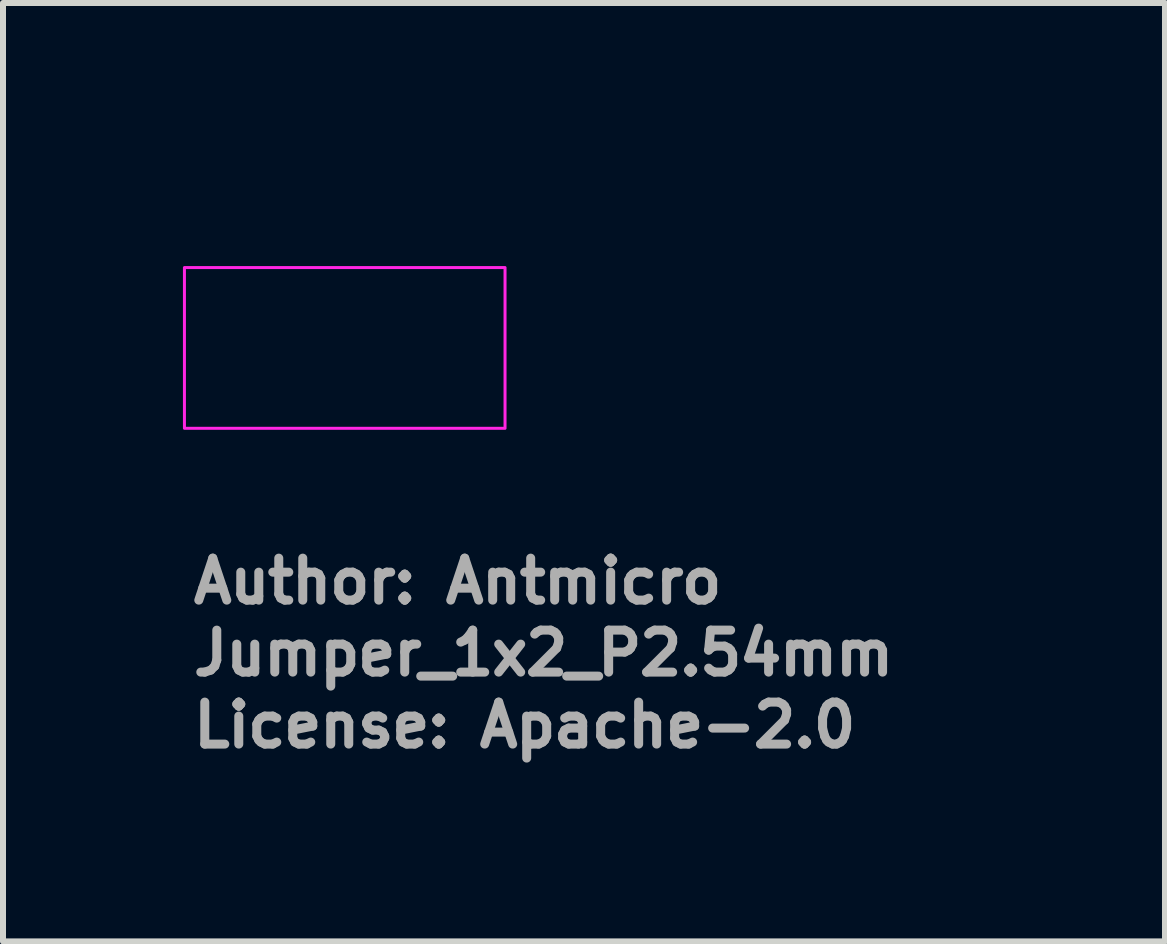
<source format=kicad_pcb>
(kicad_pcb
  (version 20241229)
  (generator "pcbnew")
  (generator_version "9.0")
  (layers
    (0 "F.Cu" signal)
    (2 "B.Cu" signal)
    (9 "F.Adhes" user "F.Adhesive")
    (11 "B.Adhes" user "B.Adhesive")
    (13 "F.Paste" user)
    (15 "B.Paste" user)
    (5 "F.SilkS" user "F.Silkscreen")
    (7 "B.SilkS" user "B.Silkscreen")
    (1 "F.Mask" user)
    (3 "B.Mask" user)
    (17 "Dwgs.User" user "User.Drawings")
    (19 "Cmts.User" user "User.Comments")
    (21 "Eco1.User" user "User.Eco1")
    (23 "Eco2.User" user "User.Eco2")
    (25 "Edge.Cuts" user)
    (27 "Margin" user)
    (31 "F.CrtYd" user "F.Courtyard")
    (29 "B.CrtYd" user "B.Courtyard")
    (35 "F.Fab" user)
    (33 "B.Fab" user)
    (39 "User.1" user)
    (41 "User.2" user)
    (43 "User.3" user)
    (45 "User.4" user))
  (footprint "Jumper_1x2_P2.54mm"
    (layer "F.Cu")
    (at 1.43 2.751)
    (property "Reference" "Jumper_1x2_P2.54mm" (at 0 -1.601 0) (layer "User.1") (effects (font (size 0.7 0.7) (thickness 0.15)) (justify left bottom)))
    (attr through_hole board_only exclude_from_pos_files exclude_from_bom)
    (fp_rect (start -1.405 -1.34) (end 3.94 1.34) (stroke (width 0.05) (type default)) (fill no) (layer "F.CrtYd"))
    (fp_line (start -1.27 -1.27) (end 3.809 -1.27) (stroke (width 0.1) (type solid)) (layer "User.1"))
    (fp_line (start -1.27 1.267) (end -1.27 -1.27) (stroke (width 0.1) (type solid)) (layer "User.1"))
    (fp_line (start -1.27 1.267) (end 3.809 1.267) (stroke (width 0.1) (type solid)) (layer "User.1"))
    (fp_line (start 3.809 1.267) (end 3.809 -1.27) (stroke (width 0.1) (type solid)) (layer "User.1"))
    (fp_rect (start -1.331 -1.2) (end 3.87 1.199) (stroke (width 0.1) (type solid)) (fill no) (layer "User.5"))
    (fp_line (start -1.331 -1.2) (end -1.331 1.199) (stroke (width 0.02) (type solid)) (layer "User.9"))
    (fp_line (start -1.331 1.199) (end 0.569 1.199) (stroke (width 0.02) (type solid)) (layer "User.9"))
    (fp_line (start -0.231 -0.5) (end -0.231 0.499) (stroke (width 0.02) (type solid)) (layer "User.9"))
    (fp_line (start -0.231 0.499) (end 0.569 0.499) (stroke (width 0.02) (type solid)) (layer "User.9"))
    (fp_line (start 0.07 -0.5) (end -0.231 -0.5) (stroke (width 0.02) (type solid)) (layer "User.9"))
    (fp_line (start 0.318 -0.3) (end 0.318 0.299) (stroke (width 0.02) (type solid)) (layer "User.9"))
    (fp_line (start 0.318 0.299) (end 0.344 0.299) (stroke (width 0.02) (type solid)) (layer "User.9"))
    (fp_line (start 0.344 -0.3) (end 0.318 -0.3) (stroke (width 0.02) (type solid)) (layer "User.9"))
    (fp_line (start 0.344 0.299) (end 0.352 0.299) (stroke (width 0.02) (type solid)) (layer "User.9"))
    (fp_line (start 0.352 -0.3) (end 0.344 -0.3) (stroke (width 0.02) (type solid)) (layer "User.9"))
    (fp_line (start 0.352 0.299) (end 0.356 0.299) (stroke (width 0.02) (type solid)) (layer "User.9"))
    (fp_line (start 0.356 -0.3) (end 0.352 -0.3) (stroke (width 0.02) (type solid)) (layer "User.9"))
    (fp_line (start 0.356 0.299) (end 0.36 0.299) (stroke (width 0.02) (type solid)) (layer "User.9"))
    (fp_line (start 0.36 -0.3) (end 0.356 -0.3) (stroke (width 0.02) (type solid)) (layer "User.9"))
    (fp_line (start 0.36 0.299) (end 0.364 0.298) (stroke (width 0.02) (type solid)) (layer "User.9"))
    (fp_line (start 0.364 -0.299) (end 0.36 -0.3) (stroke (width 0.02) (type solid)) (layer "User.9"))
    (fp_line (start 0.364 0.298) (end 0.368 0.297) (stroke (width 0.02) (type solid)) (layer "User.9"))
    (fp_line (start 0.368 -0.298) (end 0.364 -0.299) (stroke (width 0.02) (type solid)) (layer "User.9"))
    (fp_line (start 0.368 0.297) (end 0.372 0.295) (stroke (width 0.02) (type solid)) (layer "User.9"))
    (fp_line (start 0.372 -0.296) (end 0.368 -0.298) (stroke (width 0.02) (type solid)) (layer "User.9"))
    (fp_line (start 0.372 0.295) (end 0.376 0.294) (stroke (width 0.02) (type solid)) (layer "User.9"))
    (fp_line (start 0.376 -0.295) (end 0.372 -0.296) (stroke (width 0.02) (type solid)) (layer "User.9"))
    (fp_line (start 0.376 0.294) (end 0.38 0.292) (stroke (width 0.02) (type solid)) (layer "User.9"))
    (fp_line (start 0.38 0.292) (end 0.384 0.289) (stroke (width 0.02) (type solid)) (layer "User.9"))
    (fp_line (start 0.384 -0.29) (end 0.376 -0.295) (stroke (width 0.02) (type solid)) (layer "User.9"))
    (fp_line (start 0.384 0.289) (end 0.387 0.286) (stroke (width 0.02) (type solid)) (layer "User.9"))
    (fp_line (start 0.387 0.286) (end 0.391 0.283) (stroke (width 0.02) (type solid)) (layer "User.9"))
    (fp_line (start 0.391 -0.284) (end 0.384 -0.29) (stroke (width 0.02) (type solid)) (layer "User.9"))
    (fp_line (start 0.391 0.283) (end 0.395 0.28) (stroke (width 0.02) (type solid)) (layer "User.9"))
    (fp_line (start 0.395 0.28) (end 0.399 0.277) (stroke (width 0.02) (type solid)) (layer "User.9"))
    (fp_line (start 0.399 -0.278) (end 0.391 -0.284) (stroke (width 0.02) (type solid)) (layer "User.9"))
    (fp_line (start 0.399 0.277) (end 0.402 0.273) (stroke (width 0.02) (type solid)) (layer "User.9"))
    (fp_line (start 0.402 0.273) (end 0.406 0.268) (stroke (width 0.02) (type solid)) (layer "User.9"))
    (fp_line (start 0.406 -0.269) (end 0.399 -0.278) (stroke (width 0.02) (type solid)) (layer "User.9"))
    (fp_line (start 0.406 0.268) (end 0.409 0.264) (stroke (width 0.02) (type solid)) (layer "User.9"))
    (fp_line (start 0.409 0.264) (end 0.413 0.259) (stroke (width 0.02) (type solid)) (layer "User.9"))
    (fp_line (start 0.413 -0.26) (end 0.406 -0.269) (stroke (width 0.02) (type solid)) (layer "User.9"))
    (fp_line (start 0.413 0.259) (end 0.416 0.254) (stroke (width 0.02) (type solid)) (layer "User.9"))
    (fp_line (start 0.416 0.254) (end 0.419 0.249) (stroke (width 0.02) (type solid)) (layer "User.9"))
    (fp_line (start 0.419 -0.25) (end 0.413 -0.26) (stroke (width 0.02) (type solid)) (layer "User.9"))
    (fp_line (start 0.419 0.249) (end 0.423 0.244) (stroke (width 0.02) (type solid)) (layer "User.9"))
    (fp_line (start 0.423 0.244) (end 0.426 0.238) (stroke (width 0.02) (type solid)) (layer "User.9"))
    (fp_line (start 0.426 -0.239) (end 0.419 -0.25) (stroke (width 0.02) (type solid)) (layer "User.9"))
    (fp_line (start 0.426 0.238) (end 0.429 0.232) (stroke (width 0.02) (type solid)) (layer "User.9"))
    (fp_line (start 0.429 0.232) (end 0.432 0.225) (stroke (width 0.02) (type solid)) (layer "User.9"))
    (fp_line (start 0.432 -0.226) (end 0.426 -0.239) (stroke (width 0.02) (type solid)) (layer "User.9"))
    (fp_line (start 0.432 0.225) (end 0.435 0.219) (stroke (width 0.02) (type solid)) (layer "User.9"))
    (fp_line (start 0.435 -0.5) (end 0.429 -0.5) (stroke (width 0.02) (type solid)) (layer "User.9"))
    (fp_line (start 0.435 0.219) (end 0.438 0.212) (stroke (width 0.02) (type solid)) (layer "User.9"))
    (fp_line (start 0.438 -0.213) (end 0.432 -0.226) (stroke (width 0.02) (type solid)) (layer "User.9"))
    (fp_line (start 0.438 0.212) (end 0.443 0.198) (stroke (width 0.02) (type solid)) (layer "User.9"))
    (fp_line (start 0.44 -0.5) (end 0.435 -0.5) (stroke (width 0.02) (type solid)) (layer "User.9"))
    (fp_line (start 0.443 -0.199) (end 0.438 -0.213) (stroke (width 0.02) (type solid)) (layer "User.9"))
    (fp_line (start 0.443 0.198) (end 0.448 0.183) (stroke (width 0.02) (type solid)) (layer "User.9"))
    (fp_line (start 0.445 -0.499) (end 0.44 -0.5) (stroke (width 0.02) (type solid)) (layer "User.9"))
    (fp_line (start 0.448 -0.184) (end 0.443 -0.199) (stroke (width 0.02) (type solid)) (layer "User.9"))
    (fp_line (start 0.448 0.183) (end 0.453 0.166) (stroke (width 0.02) (type solid)) (layer "User.9"))
    (fp_line (start 0.45 -0.498) (end 0.445 -0.499) (stroke (width 0.02) (type solid)) (layer "User.9"))
    (fp_line (start 0.453 -0.167) (end 0.448 -0.184) (stroke (width 0.02) (type solid)) (layer "User.9"))
    (fp_line (start 0.453 0.166) (end 0.457 0.149) (stroke (width 0.02) (type solid)) (layer "User.9"))
    (fp_line (start 0.454 -0.497) (end 0.45 -0.498) (stroke (width 0.02) (type solid)) (layer "User.9"))
    (fp_line (start 0.457 -0.15) (end 0.453 -0.167) (stroke (width 0.02) (type solid)) (layer "User.9"))
    (fp_line (start 0.457 -0.15) (end 0.457 -0.15) (stroke (width 0.02) (type solid)) (layer "User.9"))
    (fp_line (start 0.457 0.149) (end 0.457 0.149) (stroke (width 0.02) (type solid)) (layer "User.9"))
    (fp_line (start 0.457 0.149) (end 0.461 0.132) (stroke (width 0.02) (type solid)) (layer "User.9"))
    (fp_line (start 0.459 -0.496) (end 0.454 -0.497) (stroke (width 0.02) (type solid)) (layer "User.9"))
    (fp_line (start 0.461 -0.133) (end 0.457 -0.15) (stroke (width 0.02) (type solid)) (layer "User.9"))
    (fp_line (start 0.461 0.132) (end 0.465 0.114) (stroke (width 0.02) (type solid)) (layer "User.9"))
    (fp_line (start 0.464 -0.494) (end 0.459 -0.496) (stroke (width 0.02) (type solid)) (layer "User.9"))
    (fp_line (start 0.465 -0.115) (end 0.461 -0.133) (stroke (width 0.02) (type solid)) (layer "User.9"))
    (fp_line (start 0.465 0.114) (end 0.467 0.095) (stroke (width 0.02) (type solid)) (layer "User.9"))
    (fp_line (start 0.467 -0.096) (end 0.465 -0.115) (stroke (width 0.02) (type solid)) (layer "User.9"))
    (fp_line (start 0.467 0.095) (end 0.47 0.077) (stroke (width 0.02) (type solid)) (layer "User.9"))
    (fp_line (start 0.468 -0.493) (end 0.464 -0.494) (stroke (width 0.02) (type solid)) (layer "User.9"))
    (fp_line (start 0.47 -0.078) (end 0.467 -0.096) (stroke (width 0.02) (type solid)) (layer "User.9"))
    (fp_line (start 0.47 0.077) (end 0.471 0.057) (stroke (width 0.02) (type solid)) (layer "User.9"))
    (fp_line (start 0.471 -0.058) (end 0.47 -0.078) (stroke (width 0.02) (type solid)) (layer "User.9"))
    (fp_line (start 0.471 0.057) (end 0.473 0.038) (stroke (width 0.02) (type solid)) (layer "User.9"))
    (fp_line (start 0.473 -0.491) (end 0.468 -0.493) (stroke (width 0.02) (type solid)) (layer "User.9"))
    (fp_line (start 0.473 -0.039) (end 0.471 -0.058) (stroke (width 0.02) (type solid)) (layer "User.9"))
    (fp_line (start 0.473 0.038) (end 0.474 0.019) (stroke (width 0.02) (type solid)) (layer "User.9"))
    (fp_line (start 0.474 -0.02) (end 0.473 -0.039) (stroke (width 0.02) (type solid)) (layer "User.9"))
    (fp_line (start 0.474 0) (end 0.474 -0.02) (stroke (width 0.02) (type solid)) (layer "User.9"))
    (fp_line (start 0.474 0.019) (end 0.474 0) (stroke (width 0.02) (type solid)) (layer "User.9"))
    (fp_line (start 0.477 -0.488) (end 0.473 -0.491) (stroke (width 0.02) (type solid)) (layer "User.9"))
    (fp_line (start 0.481 -0.486) (end 0.477 -0.488) (stroke (width 0.02) (type solid)) (layer "User.9"))
    (fp_line (start 0.485 -0.483) (end 0.481 -0.486) (stroke (width 0.02) (type solid)) (layer "User.9"))
    (fp_line (start 0.489 -0.481) (end 0.485 -0.483) (stroke (width 0.02) (type solid)) (layer "User.9"))
    (fp_line (start 0.493 -0.478) (end 0.489 -0.481) (stroke (width 0.02) (type solid)) (layer "User.9"))
    (fp_line (start 0.497 -0.475) (end 0.493 -0.478) (stroke (width 0.02) (type solid)) (layer "User.9"))
    (fp_line (start 0.5 -0.471) (end 0.497 -0.475) (stroke (width 0.02) (type solid)) (layer "User.9"))
    (fp_line (start 0.504 -0.468) (end 0.5 -0.471) (stroke (width 0.02) (type solid)) (layer "User.9"))
    (fp_line (start 0.507 -0.464) (end 0.504 -0.468) (stroke (width 0.02) (type solid)) (layer "User.9"))
    (fp_line (start 0.51 -0.46) (end 0.507 -0.464) (stroke (width 0.02) (type solid)) (layer "User.9"))
    (fp_line (start 0.512 -0.456) (end 0.51 -0.46) (stroke (width 0.02) (type solid)) (layer "User.9"))
    (fp_line (start 0.515 -0.452) (end 0.512 -0.456) (stroke (width 0.02) (type solid)) (layer "User.9"))
    (fp_line (start 0.517 -0.448) (end 0.515 -0.452) (stroke (width 0.02) (type solid)) (layer "User.9"))
    (fp_line (start 0.52 -0.444) (end 0.517 -0.448) (stroke (width 0.02) (type solid)) (layer "User.9"))
    (fp_line (start 0.522 -0.439) (end 0.52 -0.444) (stroke (width 0.02) (type solid)) (layer "User.9"))
    (fp_line (start 0.523 -0.435) (end 0.522 -0.439) (stroke (width 0.02) (type solid)) (layer "User.9"))
    (fp_line (start 0.525 -0.43) (end 0.523 -0.435) (stroke (width 0.02) (type solid)) (layer "User.9"))
    (fp_line (start 0.526 -0.425) (end 0.525 -0.43) (stroke (width 0.02) (type solid)) (layer "User.9"))
    (fp_line (start 0.526 -0.3) (end 0.728 -0.3) (stroke (width 0.02) (type solid)) (layer "User.9"))
    (fp_line (start 0.527 -0.421) (end 0.526 -0.425) (stroke (width 0.02) (type solid)) (layer "User.9"))
    (fp_line (start 0.528 -0.416) (end 0.527 -0.421) (stroke (width 0.02) (type solid)) (layer "User.9"))
    (fp_line (start 0.529 -0.411) (end 0.528 -0.416) (stroke (width 0.02) (type solid)) (layer "User.9"))
    (fp_line (start 0.529 -0.406) (end 0.529 -0.411) (stroke (width 0.02) (type solid)) (layer "User.9"))
    (fp_line (start 0.53 -0.401) (end 0.529 -0.406) (stroke (width 0.02) (type solid)) (layer "User.9"))
    (fp_line (start 0.53 -0.3) (end 0.53 -0.401) (stroke (width 0.02) (type solid)) (layer "User.9"))
    (fp_line (start 0.534 -0.3) (end 0.352 -0.3) (stroke (width 0.02) (type solid)) (layer "User.9"))
    (fp_line (start 0.534 -0.3) (end 0.539 -0.3) (stroke (width 0.02) (type solid)) (layer "User.9"))
    (fp_line (start 0.534 0.299) (end 0.352 0.299) (stroke (width 0.02) (type solid)) (layer "User.9"))
    (fp_line (start 0.539 -0.3) (end 0.543 -0.3) (stroke (width 0.02) (type solid)) (layer "User.9"))
    (fp_line (start 0.539 0.299) (end 0.534 0.299) (stroke (width 0.02) (type solid)) (layer "User.9"))
    (fp_line (start 0.543 -0.3) (end 0.547 -0.299) (stroke (width 0.02) (type solid)) (layer "User.9"))
    (fp_line (start 0.543 0.299) (end 0.539 0.299) (stroke (width 0.02) (type solid)) (layer "User.9"))
    (fp_line (start 0.547 -0.299) (end 0.551 -0.298) (stroke (width 0.02) (type solid)) (layer "User.9"))
    (fp_line (start 0.547 0.298) (end 0.543 0.299) (stroke (width 0.02) (type solid)) (layer "User.9"))
    (fp_line (start 0.551 -0.298) (end 0.555 -0.296) (stroke (width 0.02) (type solid)) (layer "User.9"))
    (fp_line (start 0.551 0.297) (end 0.547 0.298) (stroke (width 0.02) (type solid)) (layer "User.9"))
    (fp_line (start 0.555 -0.296) (end 0.559 -0.295) (stroke (width 0.02) (type solid)) (layer "User.9"))
    (fp_line (start 0.555 0.295) (end 0.551 0.297) (stroke (width 0.02) (type solid)) (layer "User.9"))
    (fp_line (start 0.559 -0.295) (end 0.562 -0.293) (stroke (width 0.02) (type solid)) (layer "User.9"))
    (fp_line (start 0.559 0.294) (end 0.555 0.295) (stroke (width 0.02) (type solid)) (layer "User.9"))
    (fp_line (start 0.562 -0.293) (end 0.566 -0.29) (stroke (width 0.02) (type solid)) (layer "User.9"))
    (fp_line (start 0.566 -0.29) (end 0.57 -0.287) (stroke (width 0.02) (type solid)) (layer "User.9"))
    (fp_line (start 0.566 0.289) (end 0.559 0.294) (stroke (width 0.02) (type solid)) (layer "User.9"))
    (fp_line (start 0.569 -1.2) (end -1.331 -1.2) (stroke (width 0.02) (type solid)) (layer "User.9"))
    (fp_line (start 0.569 -1.2) (end 0.569 -0.5) (stroke (width 0.02) (type solid)) (layer "User.9"))
    (fp_line (start 0.569 -1) (end 0.577 -1) (stroke (width 0.02) (type solid)) (layer "User.9"))
    (fp_line (start 0.569 -0.5) (end -0.231 -0.5) (stroke (width 0.02) (type solid)) (layer "User.9"))
    (fp_line (start 0.569 0.499) (end 0.569 1.199) (stroke (width 0.02) (type solid)) (layer "User.9"))
    (fp_line (start 0.569 0.699) (end 0.587 0.699) (stroke (width 0.02) (type solid)) (layer "User.9"))
    (fp_line (start 0.569 0.999) (end 0.577 0.999) (stroke (width 0.02) (type solid)) (layer "User.9"))
    (fp_line (start 0.569 1.199) (end 0.577 1.199) (stroke (width 0.02) (type solid)) (layer "User.9"))
    (fp_line (start 0.57 -0.287) (end 0.574 -0.284) (stroke (width 0.02) (type solid)) (layer "User.9"))
    (fp_line (start 0.574 -0.284) (end 0.578 -0.281) (stroke (width 0.02) (type solid)) (layer "User.9"))
    (fp_line (start 0.574 0.283) (end 0.566 0.289) (stroke (width 0.02) (type solid)) (layer "User.9"))
    (fp_line (start 0.577 -1.2) (end 0.569 -1.2) (stroke (width 0.02) (type solid)) (layer "User.9"))
    (fp_line (start 0.577 -1.2) (end 0.577 -1) (stroke (width 0.02) (type solid)) (layer "User.9"))
    (fp_line (start 0.577 -1.2) (end 0.611 -1.2) (stroke (width 0.02) (type solid)) (layer "User.9"))
    (fp_line (start 0.577 0.999) (end 0.577 1.199) (stroke (width 0.02) (type solid)) (layer "User.9"))
    (fp_line (start 0.577 1.199) (end 0.611 1.199) (stroke (width 0.02) (type solid)) (layer "User.9"))
    (fp_line (start 0.578 -0.281) (end 0.581 -0.278) (stroke (width 0.02) (type solid)) (layer "User.9"))
    (fp_line (start 0.581 -0.278) (end 0.585 -0.274) (stroke (width 0.02) (type solid)) (layer "User.9"))
    (fp_line (start 0.581 0.277) (end 0.574 0.283) (stroke (width 0.02) (type solid)) (layer "User.9"))
    (fp_line (start 0.585 -0.274) (end 0.589 -0.269) (stroke (width 0.02) (type solid)) (layer "User.9"))
    (fp_line (start 0.587 0.699) (end 0.587 0.699) (stroke (width 0.02) (type solid)) (layer "User.9"))
    (fp_line (start 0.587 0.699) (end 0.639 0.699) (stroke (width 0.02) (type solid)) (layer "User.9"))
    (fp_line (start 0.589 -0.269) (end 0.592 -0.265) (stroke (width 0.02) (type solid)) (layer "User.9"))
    (fp_line (start 0.589 0.268) (end 0.581 0.277) (stroke (width 0.02) (type solid)) (layer "User.9"))
    (fp_line (start 0.592 -0.265) (end 0.595 -0.26) (stroke (width 0.02) (type solid)) (layer "User.9"))
    (fp_line (start 0.595 -0.26) (end 0.599 -0.255) (stroke (width 0.02) (type solid)) (layer "User.9"))
    (fp_line (start 0.595 0.259) (end 0.589 0.268) (stroke (width 0.02) (type solid)) (layer "User.9"))
    (fp_line (start 0.599 -0.255) (end 0.602 -0.25) (stroke (width 0.02) (type solid)) (layer "User.9"))
    (fp_line (start 0.602 -0.25) (end 0.605 -0.245) (stroke (width 0.02) (type solid)) (layer "User.9"))
    (fp_line (start 0.602 0.249) (end 0.595 0.259) (stroke (width 0.02) (type solid)) (layer "User.9"))
    (fp_line (start 0.605 -0.245) (end 0.609 -0.239) (stroke (width 0.02) (type solid)) (layer "User.9"))
    (fp_line (start 0.609 -0.239) (end 0.612 -0.233) (stroke (width 0.02) (type solid)) (layer "User.9"))
    (fp_line (start 0.609 0.238) (end 0.602 0.249) (stroke (width 0.02) (type solid)) (layer "User.9"))
    (fp_line (start 0.611 -1.2) (end 0.611 -1.2) (stroke (width 0.02) (type solid)) (layer "User.9"))
    (fp_line (start 0.611 -1.2) (end 0.673 -1.2) (stroke (width 0.02) (type solid)) (layer "User.9"))
    (fp_line (start 0.611 1.199) (end 0.611 1.199) (stroke (width 0.02) (type solid)) (layer "User.9"))
    (fp_line (start 0.611 1.199) (end 0.673 1.199) (stroke (width 0.02) (type solid)) (layer "User.9"))
    (fp_line (start 0.612 -0.233) (end 0.615 -0.226) (stroke (width 0.02) (type solid)) (layer "User.9"))
    (fp_line (start 0.615 -0.226) (end 0.618 -0.22) (stroke (width 0.02) (type solid)) (layer "User.9"))
    (fp_line (start 0.615 0.225) (end 0.609 0.238) (stroke (width 0.02) (type solid)) (layer "User.9"))
    (fp_line (start 0.618 -0.22) (end 0.621 -0.213) (stroke (width 0.02) (type solid)) (layer "User.9"))
    (fp_line (start 0.621 -0.213) (end 0.626 -0.199) (stroke (width 0.02) (type solid)) (layer "User.9"))
    (fp_line (start 0.621 0.212) (end 0.615 0.225) (stroke (width 0.02) (type solid)) (layer "User.9"))
    (fp_line (start 0.626 -0.199) (end 0.631 -0.184) (stroke (width 0.02) (type solid)) (layer "User.9"))
    (fp_line (start 0.626 0.198) (end 0.621 0.212) (stroke (width 0.02) (type solid)) (layer "User.9"))
    (fp_line (start 0.631 -0.184) (end 0.636 -0.167) (stroke (width 0.02) (type solid)) (layer "User.9"))
    (fp_line (start 0.631 0.183) (end 0.626 0.198) (stroke (width 0.02) (type solid)) (layer "User.9"))
    (fp_line (start 0.636 -0.167) (end 0.64 -0.15) (stroke (width 0.02) (type solid)) (layer "User.9"))
    (fp_line (start 0.636 0.166) (end 0.631 0.183) (stroke (width 0.02) (type solid)) (layer "User.9"))
    (fp_line (start 0.639 0.699) (end 0.639 0.699) (stroke (width 0.02) (type solid)) (layer "User.9"))
    (fp_line (start 0.639 0.699) (end 0.722 0.699) (stroke (width 0.02) (type solid)) (layer "User.9"))
    (fp_line (start 0.64 -0.15) (end 0.64 -0.15) (stroke (width 0.02) (type solid)) (layer "User.9"))
    (fp_line (start 0.64 -0.15) (end 0.644 -0.133) (stroke (width 0.02) (type solid)) (layer "User.9"))
    (fp_line (start 0.64 0.149) (end 0.636 0.166) (stroke (width 0.02) (type solid)) (layer "User.9"))
    (fp_line (start 0.64 0.149) (end 0.64 0.149) (stroke (width 0.02) (type solid)) (layer "User.9"))
    (fp_line (start 0.644 -0.133) (end 0.647 -0.115) (stroke (width 0.02) (type solid)) (layer "User.9"))
    (fp_line (start 0.644 0.132) (end 0.64 0.149) (stroke (width 0.02) (type solid)) (layer "User.9"))
    (fp_line (start 0.647 -0.115) (end 0.65 -0.096) (stroke (width 0.02) (type solid)) (layer "User.9"))
    (fp_line (start 0.647 0.114) (end 0.644 0.132) (stroke (width 0.02) (type solid)) (layer "User.9"))
    (fp_line (start 0.65 -0.096) (end 0.652 -0.078) (stroke (width 0.02) (type solid)) (layer "User.9"))
    (fp_line (start 0.65 0.095) (end 0.647 0.114) (stroke (width 0.02) (type solid)) (layer "User.9"))
    (fp_line (start 0.652 -0.078) (end 0.654 -0.058) (stroke (width 0.02) (type solid)) (layer "User.9"))
    (fp_line (start 0.652 0.077) (end 0.65 0.095) (stroke (width 0.02) (type solid)) (layer "User.9"))
    (fp_line (start 0.654 -0.058) (end 0.655 -0.039) (stroke (width 0.02) (type solid)) (layer "User.9"))
    (fp_line (start 0.654 0.057) (end 0.652 0.077) (stroke (width 0.02) (type solid)) (layer "User.9"))
    (fp_line (start 0.655 -0.039) (end 0.656 -0.02) (stroke (width 0.02) (type solid)) (layer "User.9"))
    (fp_line (start 0.655 0.038) (end 0.654 0.057) (stroke (width 0.02) (type solid)) (layer "User.9"))
    (fp_line (start 0.656 -0.02) (end 0.656 0) (stroke (width 0.02) (type solid)) (layer "User.9"))
    (fp_line (start 0.656 0) (end 0.656 0.019) (stroke (width 0.02) (type solid)) (layer "User.9"))
    (fp_line (start 0.656 0.019) (end 0.655 0.038) (stroke (width 0.02) (type solid)) (layer "User.9"))
    (fp_line (start 0.673 -1.2) (end 0.673 -1.2) (stroke (width 0.02) (type solid)) (layer "User.9"))
    (fp_line (start 0.673 -1.2) (end 0.76 -1.2) (stroke (width 0.02) (type solid)) (layer "User.9"))
    (fp_line (start 0.673 1.199) (end 0.673 1.199) (stroke (width 0.02) (type solid)) (layer "User.9"))
    (fp_line (start 0.673 1.199) (end 0.76 1.199) (stroke (width 0.02) (type solid)) (layer "User.9"))
    (fp_line (start 0.716 -0.488) (end 0.712 -0.501) (stroke (width 0.02) (type solid)) (layer "User.9"))
    (fp_line (start 0.72 -0.476) (end 0.716 -0.488) (stroke (width 0.02) (type solid)) (layer "User.9"))
    (fp_line (start 0.722 0.699) (end 0.722 0.699) (stroke (width 0.02) (type solid)) (layer "User.9"))
    (fp_line (start 0.722 0.699) (end 0.833 0.699) (stroke (width 0.02) (type solid)) (layer "User.9"))
    (fp_line (start 0.723 -0.464) (end 0.72 -0.476) (stroke (width 0.02) (type solid)) (layer "User.9"))
    (fp_line (start 0.725 -0.451) (end 0.723 -0.464) (stroke (width 0.02) (type solid)) (layer "User.9"))
    (fp_line (start 0.727 -0.439) (end 0.725 -0.451) (stroke (width 0.02) (type solid)) (layer "User.9"))
    (fp_line (start 0.728 -0.426) (end 0.727 -0.439) (stroke (width 0.02) (type solid)) (layer "User.9"))
    (fp_line (start 0.728 -0.3) (end 0.729 -0.3) (stroke (width 0.02) (type solid)) (layer "User.9"))
    (fp_line (start 0.728 0.299) (end 0.526 0.299) (stroke (width 0.02) (type solid)) (layer "User.9"))
    (fp_line (start 0.729 -0.413) (end 0.728 -0.426) (stroke (width 0.02) (type solid)) (layer "User.9"))
    (fp_line (start 0.729 -0.401) (end 0.729 -0.413) (stroke (width 0.02) (type solid)) (layer "User.9"))
    (fp_line (start 0.729 -0.3) (end 0.729 -0.401) (stroke (width 0.02) (type solid)) (layer "User.9"))
    (fp_line (start 0.729 -0.3) (end 0.729 0.299) (stroke (width 0.02) (type solid)) (layer "User.9"))
    (fp_line (start 0.729 0.299) (end 0.728 0.299) (stroke (width 0.02) (type solid)) (layer "User.9"))
    (fp_line (start 0.76 -1.2) (end 0.76 -1.2) (stroke (width 0.02) (type solid)) (layer "User.9"))
    (fp_line (start 0.76 -1.2) (end 0.867 -1.2) (stroke (width 0.02) (type solid)) (layer "User.9"))
    (fp_line (start 0.76 1.199) (end 0.76 1.199) (stroke (width 0.02) (type solid)) (layer "User.9"))
    (fp_line (start 0.76 1.199) (end 0.867 1.199) (stroke (width 0.02) (type solid)) (layer "User.9"))
    (fp_line (start 0.833 0.699) (end 0.833 0.699) (stroke (width 0.02) (type solid)) (layer "User.9"))
    (fp_line (start 0.833 0.699) (end 0.966 0.699) (stroke (width 0.02) (type solid)) (layer "User.9"))
    (fp_line (start 0.867 -1.2) (end 0.867 -1.2) (stroke (width 0.02) (type solid)) (layer "User.9"))
    (fp_line (start 0.867 -1.2) (end 0.992 -1.2) (stroke (width 0.02) (type solid)) (layer "User.9"))
    (fp_line (start 0.867 1.199) (end 0.867 1.199) (stroke (width 0.02) (type solid)) (layer "User.9"))
    (fp_line (start 0.867 1.199) (end 0.992 1.199) (stroke (width 0.02) (type solid)) (layer "User.9"))
    (fp_line (start 0.966 0.699) (end 0.966 0.699) (stroke (width 0.02) (type solid)) (layer "User.9"))
    (fp_line (start 0.966 0.699) (end 1.269 0.699) (stroke (width 0.02) (type solid)) (layer "User.9"))
    (fp_line (start 0.992 -1.2) (end 0.992 -1.2) (stroke (width 0.02) (type solid)) (layer "User.9"))
    (fp_line (start 0.992 -1.2) (end 1.269 -1.2) (stroke (width 0.02) (type solid)) (layer "User.9"))
    (fp_line (start 0.992 1.199) (end 0.992 1.199) (stroke (width 0.02) (type solid)) (layer "User.9"))
    (fp_line (start 0.992 1.199) (end 1.269 1.199) (stroke (width 0.02) (type solid)) (layer "User.9"))
    (fp_line (start 1.269 -1.2) (end 1.269 -1.2) (stroke (width 0.02) (type solid)) (layer "User.9"))
    (fp_line (start 1.269 -1.2) (end 1.411 -1.2) (stroke (width 0.02) (type solid)) (layer "User.9"))
    (fp_line (start 1.269 0.699) (end 1.269 0.699) (stroke (width 0.02) (type solid)) (layer "User.9"))
    (fp_line (start 1.269 0.699) (end 1.425 0.699) (stroke (width 0.02) (type solid)) (layer "User.9"))
    (fp_line (start 1.269 1.199) (end 1.269 1.199) (stroke (width 0.02) (type solid)) (layer "User.9"))
    (fp_line (start 1.269 1.199) (end 1.411 1.199) (stroke (width 0.02) (type solid)) (layer "User.9"))
    (fp_line (start 1.411 -1.2) (end 1.411 -1.2) (stroke (width 0.02) (type solid)) (layer "User.9"))
    (fp_line (start 1.411 -1.2) (end 1.547 -1.2) (stroke (width 0.02) (type solid)) (layer "User.9"))
    (fp_line (start 1.411 1.199) (end 1.411 1.199) (stroke (width 0.02) (type solid)) (layer "User.9"))
    (fp_line (start 1.411 1.199) (end 1.547 1.199) (stroke (width 0.02) (type solid)) (layer "User.9"))
    (fp_line (start 1.425 0.699) (end 1.425 0.699) (stroke (width 0.02) (type solid)) (layer "User.9"))
    (fp_line (start 1.425 0.699) (end 1.573 0.699) (stroke (width 0.02) (type solid)) (layer "User.9"))
    (fp_line (start 1.547 -1.2) (end 1.547 -1.2) (stroke (width 0.02) (type solid)) (layer "User.9"))
    (fp_line (start 1.547 -1.2) (end 1.672 -1.2) (stroke (width 0.02) (type solid)) (layer "User.9"))
    (fp_line (start 1.547 1.199) (end 1.547 1.199) (stroke (width 0.02) (type solid)) (layer "User.9"))
    (fp_line (start 1.547 1.199) (end 1.672 1.199) (stroke (width 0.02) (type solid)) (layer "User.9"))
    (fp_line (start 1.573 0.699) (end 1.573 0.699) (stroke (width 0.02) (type solid)) (layer "User.9"))
    (fp_line (start 1.573 0.699) (end 1.706 0.699) (stroke (width 0.02) (type solid)) (layer "User.9"))
    (fp_line (start 1.672 -1.2) (end 1.672 -1.2) (stroke (width 0.02) (type solid)) (layer "User.9"))
    (fp_line (start 1.672 -1.2) (end 1.779 -1.2) (stroke (width 0.02) (type solid)) (layer "User.9"))
    (fp_line (start 1.672 1.199) (end 1.672 1.199) (stroke (width 0.02) (type solid)) (layer "User.9"))
    (fp_line (start 1.672 1.199) (end 1.779 1.199) (stroke (width 0.02) (type solid)) (layer "User.9"))
    (fp_line (start 1.706 0.699) (end 1.706 0.699) (stroke (width 0.02) (type solid)) (layer "User.9"))
    (fp_line (start 1.706 0.699) (end 1.817 0.699) (stroke (width 0.02) (type solid)) (layer "User.9"))
    (fp_line (start 1.779 -1.2) (end 1.779 -1.2) (stroke (width 0.02) (type solid)) (layer "User.9"))
    (fp_line (start 1.779 -1.2) (end 1.866 -1.2) (stroke (width 0.02) (type solid)) (layer "User.9"))
    (fp_line (start 1.779 1.199) (end 1.779 1.199) (stroke (width 0.02) (type solid)) (layer "User.9"))
    (fp_line (start 1.779 1.199) (end 1.866 1.199) (stroke (width 0.02) (type solid)) (layer "User.9"))
    (fp_line (start 1.81 -0.42) (end 1.81 -0.413) (stroke (width 0.02) (type solid)) (layer "User.9"))
    (fp_line (start 1.81 -0.413) (end 1.81 -0.407) (stroke (width 0.02) (type solid)) (layer "User.9"))
    (fp_line (start 1.81 -0.407) (end 1.81 -0.401) (stroke (width 0.02) (type solid)) (layer "User.9"))
    (fp_line (start 1.81 -0.401) (end 1.81 -0.3) (stroke (width 0.02) (type solid)) (layer "User.9"))
    (fp_line (start 1.81 -0.3) (end 1.811 -0.3) (stroke (width 0.02) (type solid)) (layer "User.9"))
    (fp_line (start 1.81 0.299) (end 1.81 -0.3) (stroke (width 0.02) (type solid)) (layer "User.9"))
    (fp_line (start 1.811 -0.432) (end 1.811 -0.426) (stroke (width 0.02) (type solid)) (layer "User.9"))
    (fp_line (start 1.811 -0.426) (end 1.81 -0.42) (stroke (width 0.02) (type solid)) (layer "User.9"))
    (fp_line (start 1.811 -0.3) (end 2.013 -0.3) (stroke (width 0.02) (type solid)) (layer "User.9"))
    (fp_line (start 1.811 0.299) (end 1.81 0.299) (stroke (width 0.02) (type solid)) (layer "User.9"))
    (fp_line (start 1.812 -0.439) (end 1.811 -0.432) (stroke (width 0.02) (type solid)) (layer "User.9"))
    (fp_line (start 1.813 -0.445) (end 1.812 -0.439) (stroke (width 0.02) (type solid)) (layer "User.9"))
    (fp_line (start 1.814 -0.451) (end 1.813 -0.445) (stroke (width 0.02) (type solid)) (layer "User.9"))
    (fp_line (start 1.815 -0.457) (end 1.814 -0.451) (stroke (width 0.02) (type solid)) (layer "User.9"))
    (fp_line (start 1.816 -0.464) (end 1.815 -0.457) (stroke (width 0.02) (type solid)) (layer "User.9"))
    (fp_line (start 1.817 0.699) (end 1.817 0.699) (stroke (width 0.02) (type solid)) (layer "User.9"))
    (fp_line (start 1.817 0.699) (end 1.9 0.699) (stroke (width 0.02) (type solid)) (layer "User.9"))
    (fp_line (start 1.818 -0.47) (end 1.816 -0.464) (stroke (width 0.02) (type solid)) (layer "User.9"))
    (fp_line (start 1.819 -0.476) (end 1.818 -0.47) (stroke (width 0.02) (type solid)) (layer "User.9"))
    (fp_line (start 1.821 -0.482) (end 1.819 -0.476) (stroke (width 0.02) (type solid)) (layer "User.9"))
    (fp_line (start 1.823 -0.488) (end 1.821 -0.482) (stroke (width 0.02) (type solid)) (layer "User.9"))
    (fp_line (start 1.825 -0.494) (end 1.823 -0.488) (stroke (width 0.02) (type solid)) (layer "User.9"))
    (fp_line (start 1.827 -0.5) (end 1.825 -0.494) (stroke (width 0.02) (type solid)) (layer "User.9"))
    (fp_line (start 1.866 -1.2) (end 1.866 -1.2) (stroke (width 0.02) (type solid)) (layer "User.9"))
    (fp_line (start 1.866 -1.2) (end 1.928 -1.2) (stroke (width 0.02) (type solid)) (layer "User.9"))
    (fp_line (start 1.866 1.199) (end 1.866 1.199) (stroke (width 0.02) (type solid)) (layer "User.9"))
    (fp_line (start 1.866 1.199) (end 1.928 1.199) (stroke (width 0.02) (type solid)) (layer "User.9"))
    (fp_line (start 1.883 -0.02) (end 1.884 -0.039) (stroke (width 0.02) (type solid)) (layer "User.9"))
    (fp_line (start 1.883 0) (end 1.883 -0.02) (stroke (width 0.02) (type solid)) (layer "User.9"))
    (fp_line (start 1.883 0.019) (end 1.883 0) (stroke (width 0.02) (type solid)) (layer "User.9"))
    (fp_line (start 1.884 -0.039) (end 1.885 -0.058) (stroke (width 0.02) (type solid)) (layer "User.9"))
    (fp_line (start 1.884 0.038) (end 1.883 0.019) (stroke (width 0.02) (type solid)) (layer "User.9"))
    (fp_line (start 1.885 -0.058) (end 1.887 -0.078) (stroke (width 0.02) (type solid)) (layer "User.9"))
    (fp_line (start 1.885 0.057) (end 1.884 0.038) (stroke (width 0.02) (type solid)) (layer "User.9"))
    (fp_line (start 1.887 -0.078) (end 1.889 -0.096) (stroke (width 0.02) (type solid)) (layer "User.9"))
    (fp_line (start 1.887 0.077) (end 1.885 0.057) (stroke (width 0.02) (type solid)) (layer "User.9"))
    (fp_line (start 1.889 -0.096) (end 1.892 -0.115) (stroke (width 0.02) (type solid)) (layer "User.9"))
    (fp_line (start 1.889 0.095) (end 1.887 0.077) (stroke (width 0.02) (type solid)) (layer "User.9"))
    (fp_line (start 1.892 -0.115) (end 1.895 -0.133) (stroke (width 0.02) (type solid)) (layer "User.9"))
    (fp_line (start 1.892 0.114) (end 1.889 0.095) (stroke (width 0.02) (type solid)) (layer "User.9"))
    (fp_line (start 1.895 -0.133) (end 1.899 -0.15) (stroke (width 0.02) (type solid)) (layer "User.9"))
    (fp_line (start 1.895 0.132) (end 1.892 0.114) (stroke (width 0.02) (type solid)) (layer "User.9"))
    (fp_line (start 1.899 -0.15) (end 1.899 -0.15) (stroke (width 0.02) (type solid)) (layer "User.9"))
    (fp_line (start 1.899 -0.15) (end 1.903 -0.167) (stroke (width 0.02) (type solid)) (layer "User.9"))
    (fp_line (start 1.899 0.149) (end 1.895 0.132) (stroke (width 0.02) (type solid)) (layer "User.9"))
    (fp_line (start 1.899 0.149) (end 1.899 0.149) (stroke (width 0.02) (type solid)) (layer "User.9"))
    (fp_line (start 1.9 0.699) (end 1.9 0.699) (stroke (width 0.02) (type solid)) (layer "User.9"))
    (fp_line (start 1.9 0.699) (end 1.952 0.699) (stroke (width 0.02) (type solid)) (layer "User.9"))
    (fp_line (start 1.903 -0.167) (end 1.908 -0.184) (stroke (width 0.02) (type solid)) (layer "User.9"))
    (fp_line (start 1.903 0.166) (end 1.899 0.149) (stroke (width 0.02) (type solid)) (layer "User.9"))
    (fp_line (start 1.908 -0.184) (end 1.913 -0.199) (stroke (width 0.02) (type solid)) (layer "User.9"))
    (fp_line (start 1.908 0.183) (end 1.903 0.166) (stroke (width 0.02) (type solid)) (layer "User.9"))
    (fp_line (start 1.913 -0.199) (end 1.918 -0.213) (stroke (width 0.02) (type solid)) (layer "User.9"))
    (fp_line (start 1.913 0.198) (end 1.908 0.183) (stroke (width 0.02) (type solid)) (layer "User.9"))
    (fp_line (start 1.918 -0.213) (end 1.924 -0.226) (stroke (width 0.02) (type solid)) (layer "User.9"))
    (fp_line (start 1.918 0.212) (end 1.913 0.198) (stroke (width 0.02) (type solid)) (layer "User.9"))
    (fp_line (start 1.921 0.219) (end 1.918 0.212) (stroke (width 0.02) (type solid)) (layer "User.9"))
    (fp_line (start 1.924 -0.226) (end 1.93 -0.239) (stroke (width 0.02) (type solid)) (layer "User.9"))
    (fp_line (start 1.924 0.225) (end 1.921 0.219) (stroke (width 0.02) (type solid)) (layer "User.9"))
    (fp_line (start 1.927 0.232) (end 1.924 0.225) (stroke (width 0.02) (type solid)) (layer "User.9"))
    (fp_line (start 1.928 -1.2) (end 1.928 -1.2) (stroke (width 0.02) (type solid)) (layer "User.9"))
    (fp_line (start 1.928 -1.2) (end 1.962 -1.2) (stroke (width 0.02) (type solid)) (layer "User.9"))
    (fp_line (start 1.928 1.199) (end 1.928 1.199) (stroke (width 0.02) (type solid)) (layer "User.9"))
    (fp_line (start 1.928 1.199) (end 1.962 1.199) (stroke (width 0.02) (type solid)) (layer "User.9"))
    (fp_line (start 1.93 -0.239) (end 1.937 -0.25) (stroke (width 0.02) (type solid)) (layer "User.9"))
    (fp_line (start 1.93 0.238) (end 1.927 0.232) (stroke (width 0.02) (type solid)) (layer "User.9"))
    (fp_line (start 1.934 0.244) (end 1.93 0.238) (stroke (width 0.02) (type solid)) (layer "User.9"))
    (fp_line (start 1.937 -0.25) (end 1.944 -0.26) (stroke (width 0.02) (type solid)) (layer "User.9"))
    (fp_line (start 1.937 0.249) (end 1.934 0.244) (stroke (width 0.02) (type solid)) (layer "User.9"))
    (fp_line (start 1.94 0.254) (end 1.937 0.249) (stroke (width 0.02) (type solid)) (layer "User.9"))
    (fp_line (start 1.944 -0.26) (end 1.95 -0.269) (stroke (width 0.02) (type solid)) (layer "User.9"))
    (fp_line (start 1.944 0.259) (end 1.94 0.254) (stroke (width 0.02) (type solid)) (layer "User.9"))
    (fp_line (start 1.947 0.264) (end 1.944 0.259) (stroke (width 0.02) (type solid)) (layer "User.9"))
    (fp_line (start 1.95 -0.269) (end 1.958 -0.278) (stroke (width 0.02) (type solid)) (layer "User.9"))
    (fp_line (start 1.95 0.268) (end 1.947 0.264) (stroke (width 0.02) (type solid)) (layer "User.9"))
    (fp_line (start 1.952 0.699) (end 1.952 0.699) (stroke (width 0.02) (type solid)) (layer "User.9"))
    (fp_line (start 1.952 0.699) (end 1.969 0.699) (stroke (width 0.02) (type solid)) (layer "User.9"))
    (fp_line (start 1.954 0.273) (end 1.95 0.268) (stroke (width 0.02) (type solid)) (layer "User.9"))
    (fp_line (start 1.958 -0.278) (end 1.965 -0.284) (stroke (width 0.02) (type solid)) (layer "User.9"))
    (fp_line (start 1.958 0.277) (end 1.954 0.273) (stroke (width 0.02) (type solid)) (layer "User.9"))
    (fp_line (start 1.961 0.28) (end 1.958 0.277) (stroke (width 0.02) (type solid)) (layer "User.9"))
    (fp_line (start 1.962 -1.2) (end 1.962 -1) (stroke (width 0.02) (type solid)) (layer "User.9"))
    (fp_line (start 1.962 -1) (end 1.969 -1) (stroke (width 0.02) (type solid)) (layer "User.9"))
    (fp_line (start 1.962 0.999) (end 1.962 1.199) (stroke (width 0.02) (type solid)) (layer "User.9"))
    (fp_line (start 1.962 0.999) (end 1.969 0.999) (stroke (width 0.02) (type solid)) (layer "User.9"))
    (fp_line (start 1.962 1.199) (end 1.969 1.199) (stroke (width 0.02) (type solid)) (layer "User.9"))
    (fp_line (start 1.965 -0.284) (end 1.973 -0.29) (stroke (width 0.02) (type solid)) (layer "User.9"))
    (fp_line (start 1.965 0.283) (end 1.961 0.28) (stroke (width 0.02) (type solid)) (layer "User.9"))
    (fp_line (start 1.969 -1.2) (end 1.962 -1.2) (stroke (width 0.02) (type solid)) (layer "User.9"))
    (fp_line (start 1.969 -0.7) (end 0.569 -0.7) (stroke (width 0.02) (type solid)) (layer "User.9"))
    (fp_line (start 1.969 -0.5) (end 0.569 -0.5) (stroke (width 0.02) (type solid)) (layer "User.9"))
    (fp_line (start 1.969 -0.5) (end 1.969 -1.2) (stroke (width 0.02) (type solid)) (layer "User.9"))
    (fp_line (start 1.969 0.286) (end 1.965 0.283) (stroke (width 0.02) (type solid)) (layer "User.9"))
    (fp_line (start 1.969 0.499) (end 2.769 0.499) (stroke (width 0.02) (type solid)) (layer "User.9"))
    (fp_line (start 1.969 1.199) (end 1.969 0.499) (stroke (width 0.02) (type solid)) (layer "User.9"))
    (fp_line (start 1.969 1.199) (end 3.87 1.199) (stroke (width 0.02) (type solid)) (layer "User.9"))
    (fp_line (start 1.973 -0.29) (end 1.98 -0.295) (stroke (width 0.02) (type solid)) (layer "User.9"))
    (fp_line (start 1.973 0.289) (end 1.969 0.286) (stroke (width 0.02) (type solid)) (layer "User.9"))
    (fp_line (start 1.977 0.292) (end 1.973 0.289) (stroke (width 0.02) (type solid)) (layer "User.9"))
    (fp_line (start 1.98 -0.295) (end 1.984 -0.296) (stroke (width 0.02) (type solid)) (layer "User.9"))
    (fp_line (start 1.98 0.294) (end 1.977 0.292) (stroke (width 0.02) (type solid)) (layer "User.9"))
    (fp_line (start 1.984 -0.296) (end 1.988 -0.298) (stroke (width 0.02) (type solid)) (layer "User.9"))
    (fp_line (start 1.984 0.295) (end 1.98 0.294) (stroke (width 0.02) (type solid)) (layer "User.9"))
    (fp_line (start 1.988 -0.298) (end 1.992 -0.299) (stroke (width 0.02) (type solid)) (layer "User.9"))
    (fp_line (start 1.988 0.297) (end 1.984 0.295) (stroke (width 0.02) (type solid)) (layer "User.9"))
    (fp_line (start 1.992 -0.299) (end 1.996 -0.3) (stroke (width 0.02) (type solid)) (layer "User.9"))
    (fp_line (start 1.992 0.298) (end 1.988 0.297) (stroke (width 0.02) (type solid)) (layer "User.9"))
    (fp_line (start 1.996 -0.3) (end 2 -0.3) (stroke (width 0.02) (type solid)) (layer "User.9"))
    (fp_line (start 1.996 0.299) (end 1.992 0.298) (stroke (width 0.02) (type solid)) (layer "User.9"))
    (fp_line (start 2 -0.3) (end 2.005 -0.3) (stroke (width 0.02) (type solid)) (layer "User.9"))
    (fp_line (start 2 0.299) (end 1.996 0.299) (stroke (width 0.02) (type solid)) (layer "User.9"))
    (fp_line (start 2.005 -0.3) (end 2.187 -0.3) (stroke (width 0.02) (type solid)) (layer "User.9"))
    (fp_line (start 2.005 0.299) (end 2 0.299) (stroke (width 0.02) (type solid)) (layer "User.9"))
    (fp_line (start 2.005 0.299) (end 2.187 0.299) (stroke (width 0.02) (type solid)) (layer "User.9"))
    (fp_line (start 2.009 -0.401) (end 2.009 -0.3) (stroke (width 0.02) (type solid)) (layer "User.9"))
    (fp_line (start 2.01 -0.411) (end 2.01 -0.406) (stroke (width 0.02) (type solid)) (layer "User.9"))
    (fp_line (start 2.01 -0.406) (end 2.009 -0.401) (stroke (width 0.02) (type solid)) (layer "User.9"))
    (fp_line (start 2.011 -0.416) (end 2.01 -0.411) (stroke (width 0.02) (type solid)) (layer "User.9"))
    (fp_line (start 2.012 -0.421) (end 2.011 -0.416) (stroke (width 0.02) (type solid)) (layer "User.9"))
    (fp_line (start 2.013 -0.425) (end 2.012 -0.421) (stroke (width 0.02) (type solid)) (layer "User.9"))
    (fp_line (start 2.013 0.299) (end 1.811 0.299) (stroke (width 0.02) (type solid)) (layer "User.9"))
    (fp_line (start 2.014 -0.43) (end 2.013 -0.425) (stroke (width 0.02) (type solid)) (layer "User.9"))
    (fp_line (start 2.016 -0.435) (end 2.014 -0.43) (stroke (width 0.02) (type solid)) (layer "User.9"))
    (fp_line (start 2.017 -0.439) (end 2.016 -0.435) (stroke (width 0.02) (type solid)) (layer "User.9"))
    (fp_line (start 2.019 -0.444) (end 2.017 -0.439) (stroke (width 0.02) (type solid)) (layer "User.9"))
    (fp_line (start 2.022 -0.448) (end 2.019 -0.444) (stroke (width 0.02) (type solid)) (layer "User.9"))
    (fp_line (start 2.024 -0.452) (end 2.022 -0.448) (stroke (width 0.02) (type solid)) (layer "User.9"))
    (fp_line (start 2.027 -0.456) (end 2.024 -0.452) (stroke (width 0.02) (type solid)) (layer "User.9"))
    (fp_line (start 2.029 -0.46) (end 2.027 -0.456) (stroke (width 0.02) (type solid)) (layer "User.9"))
    (fp_line (start 2.032 -0.464) (end 2.029 -0.46) (stroke (width 0.02) (type solid)) (layer "User.9"))
    (fp_line (start 2.035 -0.468) (end 2.032 -0.464) (stroke (width 0.02) (type solid)) (layer "User.9"))
    (fp_line (start 2.039 -0.471) (end 2.035 -0.468) (stroke (width 0.02) (type solid)) (layer "User.9"))
    (fp_line (start 2.042 -0.475) (end 2.039 -0.471) (stroke (width 0.02) (type solid)) (layer "User.9"))
    (fp_line (start 2.046 -0.478) (end 2.042 -0.475) (stroke (width 0.02) (type solid)) (layer "User.9"))
    (fp_line (start 2.05 -0.481) (end 2.046 -0.478) (stroke (width 0.02) (type solid)) (layer "User.9"))
    (fp_line (start 2.054 -0.483) (end 2.05 -0.481) (stroke (width 0.02) (type solid)) (layer "User.9"))
    (fp_line (start 2.058 -0.486) (end 2.054 -0.483) (stroke (width 0.02) (type solid)) (layer "User.9"))
    (fp_line (start 2.062 -0.488) (end 2.058 -0.486) (stroke (width 0.02) (type solid)) (layer "User.9"))
    (fp_line (start 2.065 -0.02) (end 2.065 0) (stroke (width 0.02) (type solid)) (layer "User.9"))
    (fp_line (start 2.065 0) (end 2.065 0.019) (stroke (width 0.02) (type solid)) (layer "User.9"))
    (fp_line (start 2.065 0.019) (end 2.066 0.038) (stroke (width 0.02) (type solid)) (layer "User.9"))
    (fp_line (start 2.066 -0.491) (end 2.062 -0.488) (stroke (width 0.02) (type solid)) (layer "User.9"))
    (fp_line (start 2.066 -0.039) (end 2.065 -0.02) (stroke (width 0.02) (type solid)) (layer "User.9"))
    (fp_line (start 2.066 0.038) (end 2.068 0.057) (stroke (width 0.02) (type solid)) (layer "User.9"))
    (fp_line (start 2.068 -0.058) (end 2.066 -0.039) (stroke (width 0.02) (type solid)) (layer "User.9"))
    (fp_line (start 2.068 0.057) (end 2.069 0.077) (stroke (width 0.02) (type solid)) (layer "User.9"))
    (fp_line (start 2.069 -0.078) (end 2.068 -0.058) (stroke (width 0.02) (type solid)) (layer "User.9"))
    (fp_line (start 2.069 0.077) (end 2.072 0.095) (stroke (width 0.02) (type solid)) (layer "User.9"))
    (fp_line (start 2.071 -0.493) (end 2.066 -0.491) (stroke (width 0.02) (type solid)) (layer "User.9"))
    (fp_line (start 2.072 -0.096) (end 2.069 -0.078) (stroke (width 0.02) (type solid)) (layer "User.9"))
    (fp_line (start 2.072 0.095) (end 2.074 0.114) (stroke (width 0.02) (type solid)) (layer "User.9"))
    (fp_line (start 2.074 -0.115) (end 2.072 -0.096) (stroke (width 0.02) (type solid)) (layer "User.9"))
    (fp_line (start 2.074 0.114) (end 2.078 0.132) (stroke (width 0.02) (type solid)) (layer "User.9"))
    (fp_line (start 2.075 -0.494) (end 2.071 -0.493) (stroke (width 0.02) (type solid)) (layer "User.9"))
    (fp_line (start 2.078 -0.133) (end 2.074 -0.115) (stroke (width 0.02) (type solid)) (layer "User.9"))
    (fp_line (start 2.078 0.132) (end 2.082 0.149) (stroke (width 0.02) (type solid)) (layer "User.9"))
    (fp_line (start 2.08 -0.496) (end 2.075 -0.494) (stroke (width 0.02) (type solid)) (layer "User.9"))
    (fp_line (start 2.082 -0.15) (end 2.078 -0.133) (stroke (width 0.02) (type solid)) (layer "User.9"))
    (fp_line (start 2.082 -0.15) (end 2.082 -0.15) (stroke (width 0.02) (type solid)) (layer "User.9"))
    (fp_line (start 2.082 0.149) (end 2.082 0.149) (stroke (width 0.02) (type solid)) (layer "User.9"))
    (fp_line (start 2.082 0.149) (end 2.086 0.166) (stroke (width 0.02) (type solid)) (layer "User.9"))
    (fp_line (start 2.085 -0.497) (end 2.08 -0.496) (stroke (width 0.02) (type solid)) (layer "User.9"))
    (fp_line (start 2.086 -0.167) (end 2.082 -0.15) (stroke (width 0.02) (type solid)) (layer "User.9"))
    (fp_line (start 2.086 0.166) (end 2.091 0.183) (stroke (width 0.02) (type solid)) (layer "User.9"))
    (fp_line (start 2.089 -0.498) (end 2.085 -0.497) (stroke (width 0.02) (type solid)) (layer "User.9"))
    (fp_line (start 2.091 -0.184) (end 2.086 -0.167) (stroke (width 0.02) (type solid)) (layer "User.9"))
    (fp_line (start 2.091 0.183) (end 2.096 0.198) (stroke (width 0.02) (type solid)) (layer "User.9"))
    (fp_line (start 2.094 -0.499) (end 2.089 -0.498) (stroke (width 0.02) (type solid)) (layer "User.9"))
    (fp_line (start 2.096 -0.199) (end 2.091 -0.184) (stroke (width 0.02) (type solid)) (layer "User.9"))
    (fp_line (start 2.096 0.198) (end 2.101 0.212) (stroke (width 0.02) (type solid)) (layer "User.9"))
    (fp_line (start 2.099 -0.5) (end 2.094 -0.499) (stroke (width 0.02) (type solid)) (layer "User.9"))
    (fp_line (start 2.101 -0.213) (end 2.096 -0.199) (stroke (width 0.02) (type solid)) (layer "User.9"))
    (fp_line (start 2.101 0.212) (end 2.107 0.225) (stroke (width 0.02) (type solid)) (layer "User.9"))
    (fp_line (start 2.104 -0.5) (end 2.099 -0.5) (stroke (width 0.02) (type solid)) (layer "User.9"))
    (fp_line (start 2.104 -0.22) (end 2.101 -0.213) (stroke (width 0.02) (type solid)) (layer "User.9"))
    (fp_line (start 2.107 -0.226) (end 2.104 -0.22) (stroke (width 0.02) (type solid)) (layer "User.9"))
    (fp_line (start 2.107 0.225) (end 2.113 0.238) (stroke (width 0.02) (type solid)) (layer "User.9"))
    (fp_line (start 2.109 -0.5) (end 2.104 -0.5) (stroke (width 0.02) (type solid)) (layer "User.9"))
    (fp_line (start 2.11 -0.233) (end 2.107 -0.226) (stroke (width 0.02) (type solid)) (layer "User.9"))
    (fp_line (start 2.113 -0.239) (end 2.11 -0.233) (stroke (width 0.02) (type solid)) (layer "User.9"))
    (fp_line (start 2.113 0.238) (end 2.12 0.249) (stroke (width 0.02) (type solid)) (layer "User.9"))
    (fp_line (start 2.116 -0.245) (end 2.113 -0.239) (stroke (width 0.02) (type solid)) (layer "User.9"))
    (fp_line (start 2.12 -0.25) (end 2.116 -0.245) (stroke (width 0.02) (type solid)) (layer "User.9"))
    (fp_line (start 2.12 0.249) (end 2.126 0.259) (stroke (width 0.02) (type solid)) (layer "User.9"))
    (fp_line (start 2.123 -0.255) (end 2.12 -0.25) (stroke (width 0.02) (type solid)) (layer "User.9"))
    (fp_line (start 2.126 -0.26) (end 2.123 -0.255) (stroke (width 0.02) (type solid)) (layer "User.9"))
    (fp_line (start 2.126 0.259) (end 2.133 0.268) (stroke (width 0.02) (type solid)) (layer "User.9"))
    (fp_line (start 2.13 -0.265) (end 2.126 -0.26) (stroke (width 0.02) (type solid)) (layer "User.9"))
    (fp_line (start 2.133 -0.269) (end 2.13 -0.265) (stroke (width 0.02) (type solid)) (layer "User.9"))
    (fp_line (start 2.133 0.268) (end 2.14 0.277) (stroke (width 0.02) (type solid)) (layer "User.9"))
    (fp_line (start 2.137 -0.274) (end 2.133 -0.269) (stroke (width 0.02) (type solid)) (layer "User.9"))
    (fp_line (start 2.14 -0.278) (end 2.137 -0.274) (stroke (width 0.02) (type solid)) (layer "User.9"))
    (fp_line (start 2.14 0.277) (end 2.148 0.283) (stroke (width 0.02) (type solid)) (layer "User.9"))
    (fp_line (start 2.144 -0.281) (end 2.14 -0.278) (stroke (width 0.02) (type solid)) (layer "User.9"))
    (fp_line (start 2.148 -0.284) (end 2.144 -0.281) (stroke (width 0.02) (type solid)) (layer "User.9"))
    (fp_line (start 2.148 0.283) (end 2.155 0.289) (stroke (width 0.02) (type solid)) (layer "User.9"))
    (fp_line (start 2.152 -0.287) (end 2.148 -0.284) (stroke (width 0.02) (type solid)) (layer "User.9"))
    (fp_line (start 2.155 -0.29) (end 2.152 -0.287) (stroke (width 0.02) (type solid)) (layer "User.9"))
    (fp_line (start 2.155 0.289) (end 2.163 0.294) (stroke (width 0.02) (type solid)) (layer "User.9"))
    (fp_line (start 2.159 -0.293) (end 2.155 -0.29) (stroke (width 0.02) (type solid)) (layer "User.9"))
    (fp_line (start 2.163 -0.295) (end 2.159 -0.293) (stroke (width 0.02) (type solid)) (layer "User.9"))
    (fp_line (start 2.163 0.294) (end 2.167 0.295) (stroke (width 0.02) (type solid)) (layer "User.9"))
    (fp_line (start 2.167 -0.296) (end 2.163 -0.295) (stroke (width 0.02) (type solid)) (layer "User.9"))
    (fp_line (start 2.167 0.295) (end 2.171 0.297) (stroke (width 0.02) (type solid)) (layer "User.9"))
    (fp_line (start 2.171 -0.298) (end 2.167 -0.296) (stroke (width 0.02) (type solid)) (layer "User.9"))
    (fp_line (start 2.171 0.297) (end 2.175 0.298) (stroke (width 0.02) (type solid)) (layer "User.9"))
    (fp_line (start 2.175 -0.299) (end 2.171 -0.298) (stroke (width 0.02) (type solid)) (layer "User.9"))
    (fp_line (start 2.175 0.298) (end 2.179 0.299) (stroke (width 0.02) (type solid)) (layer "User.9"))
    (fp_line (start 2.179 -0.3) (end 2.175 -0.299) (stroke (width 0.02) (type solid)) (layer "User.9"))
    (fp_line (start 2.179 0.299) (end 2.183 0.299) (stroke (width 0.02) (type solid)) (layer "User.9"))
    (fp_line (start 2.183 -0.3) (end 2.179 -0.3) (stroke (width 0.02) (type solid)) (layer "User.9"))
    (fp_line (start 2.183 0.299) (end 2.187 0.299) (stroke (width 0.02) (type solid)) (layer "User.9"))
    (fp_line (start 2.187 -0.3) (end 2.183 -0.3) (stroke (width 0.02) (type solid)) (layer "User.9"))
    (fp_line (start 2.187 0.299) (end 2.195 0.299) (stroke (width 0.02) (type solid)) (layer "User.9"))
    (fp_line (start 2.195 -0.3) (end 2.187 -0.3) (stroke (width 0.02) (type solid)) (layer "User.9"))
    (fp_line (start 2.195 0.299) (end 2.221 0.299) (stroke (width 0.02) (type solid)) (layer "User.9"))
    (fp_line (start 2.221 -0.3) (end 2.195 -0.3) (stroke (width 0.02) (type solid)) (layer "User.9"))
    (fp_line (start 2.221 0.299) (end 2.221 -0.3) (stroke (width 0.02) (type solid)) (layer "User.9"))
    (fp_line (start 2.769 -0.5) (end 1.969 -0.5) (stroke (width 0.02) (type solid)) (layer "User.9"))
    (fp_line (start 2.769 -0.5) (end 2.47 -0.5) (stroke (width 0.02) (type solid)) (layer "User.9"))
    (fp_line (start 2.769 0.499) (end 2.769 -0.5) (stroke (width 0.02) (type solid)) (layer "User.9"))
    (fp_line (start 3.87 -1.2) (end 1.969 -1.2) (stroke (width 0.02) (type solid)) (layer "User.9"))
    (fp_line (start 3.87 1.199) (end 3.87 -1.2) (stroke (width 0.02) (type solid)) (layer "User.9"))
    (fp_text user "Author: Antmicro" (at -1.331 4.298 0) (layer "F.Fab") (effects (font (size 0.7 0.7) (thickness 0.15)) (justify left bottom)))
    (fp_text user "${REFERENCE}" (at -1.331 5.498 0) (layer "F.Fab") (effects (font (size 0.7 0.7) (thickness 0.15)) (justify left bottom)))
    (fp_text user "License: Apache-2.0" (at -1.331 6.698 0) (layer "F.Fab") (effects (font (size 0.7 0.7) (thickness 0.15)) (justify left bottom))))
  (gr_rect
    (start -3 -3)
    (end 16.373 12.645)
    (stroke (width 0.1) (type default))
    (fill no)
    (layer "Edge.Cuts")))
</source>
